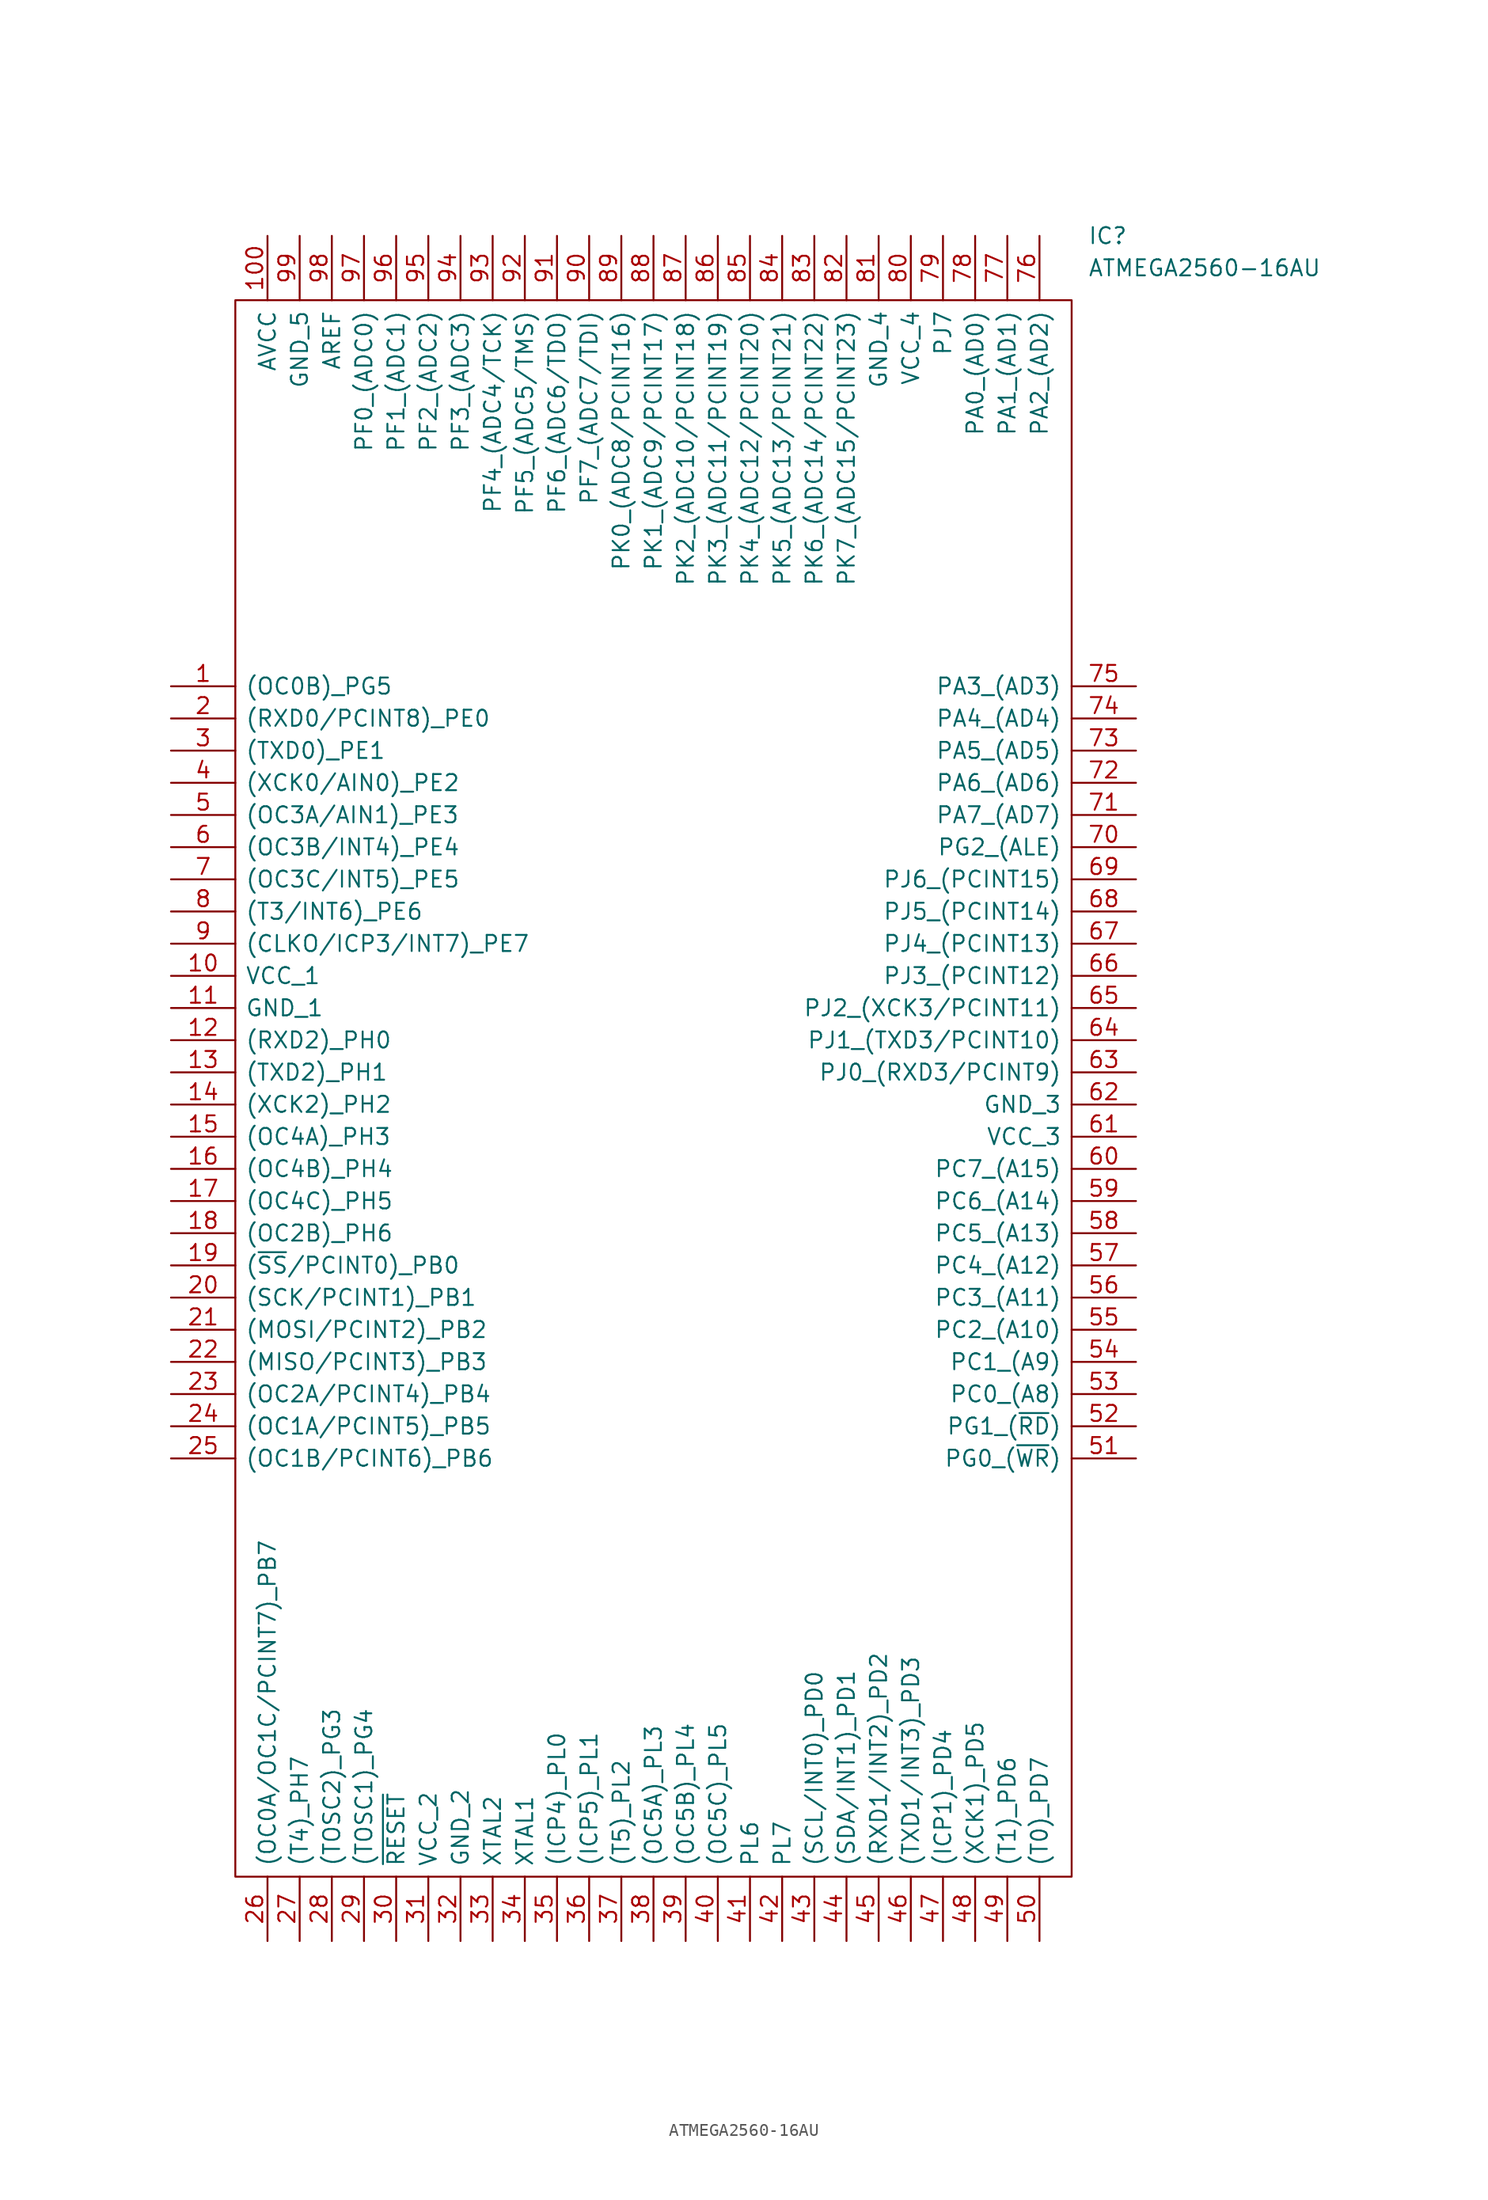
<source format=kicad_sym>
(kicad_symbol_lib
  (version 20211014)
  (generator kicad_symbol_editor)
  (symbol "ATMEGA2560-16AU"
    (pin_names
      (offset 0.762))
    (property "Reference" "IC"
      (at 72.39 35.56 0)
      (effects (font (size 1.27 1.27)) (justify left)))
    (property "Value" "ATMEGA2560-16AU"
      (at 72.39 33.02 0)
      (effects (font (size 1.27 1.27)) (justify left)))
    (symbol "ATMEGA2560-16AU_0_0"
      (pin passive line (at 0 0 0) (length 5.08) (name "(OC0B)_PG5" (effects (font (size 1.27 1.27)))) (number "1" (effects (font (size 1.27 1.27)))))
      (pin passive line (at 0 -22.86 0) (length 5.08) (name "VCC_1" (effects (font (size 1.27 1.27)))) (number "10" (effects (font (size 1.27 1.27)))))
      (pin passive line (at 7.62 35.56 270) (length 5.08) (name "AVCC" (effects (font (size 1.27 1.27)))) (number "100" (effects (font (size 1.27 1.27)))))
      (pin passive line (at 0 -25.4 0) (length 5.08) (name "GND_1" (effects (font (size 1.27 1.27)))) (number "11" (effects (font (size 1.27 1.27)))))
      (pin passive line (at 0 -27.94 0) (length 5.08) (name "(RXD2)_PH0" (effects (font (size 1.27 1.27)))) (number "12" (effects (font (size 1.27 1.27)))))
      (pin passive line (at 0 -30.48 0) (length 5.08) (name "(TXD2)_PH1" (effects (font (size 1.27 1.27)))) (number "13" (effects (font (size 1.27 1.27)))))
      (pin passive line (at 0 -33.02 0) (length 5.08) (name "(XCK2)_PH2" (effects (font (size 1.27 1.27)))) (number "14" (effects (font (size 1.27 1.27)))))
      (pin passive line (at 0 -35.56 0) (length 5.08) (name "(OC4A)_PH3" (effects (font (size 1.27 1.27)))) (number "15" (effects (font (size 1.27 1.27)))))
      (pin passive line (at 0 -38.1 0) (length 5.08) (name "(OC4B)_PH4" (effects (font (size 1.27 1.27)))) (number "16" (effects (font (size 1.27 1.27)))))
      (pin passive line (at 0 -40.64 0) (length 5.08) (name "(OC4C)_PH5" (effects (font (size 1.27 1.27)))) (number "17" (effects (font (size 1.27 1.27)))))
      (pin passive line (at 0 -43.18 0) (length 5.08) (name "(OC2B)_PH6" (effects (font (size 1.27 1.27)))) (number "18" (effects (font (size 1.27 1.27)))))
      (pin passive line (at 0 -45.72 0) (length 5.08) (name "(~{SS}/PCINT0)_PB0" (effects (font (size 1.27 1.27)))) (number "19" (effects (font (size 1.27 1.27)))))
      (pin passive line (at 0 -2.54 0) (length 5.08) (name "(RXD0/PCINT8)_PE0" (effects (font (size 1.27 1.27)))) (number "2" (effects (font (size 1.27 1.27)))))
      (pin passive line (at 0 -48.26 0) (length 5.08) (name "(SCK/PCINT1)_PB1" (effects (font (size 1.27 1.27)))) (number "20" (effects (font (size 1.27 1.27)))))
      (pin passive line (at 0 -50.8 0) (length 5.08) (name "(MOSI/PCINT2)_PB2" (effects (font (size 1.27 1.27)))) (number "21" (effects (font (size 1.27 1.27)))))
      (pin passive line (at 0 -53.34 0) (length 5.08) (name "(MISO/PCINT3)_PB3" (effects (font (size 1.27 1.27)))) (number "22" (effects (font (size 1.27 1.27)))))
      (pin passive line (at 0 -55.88 0) (length 5.08) (name "(OC2A/PCINT4)_PB4" (effects (font (size 1.27 1.27)))) (number "23" (effects (font (size 1.27 1.27)))))
      (pin passive line (at 0 -58.42 0) (length 5.08) (name "(OC1A/PCINT5)_PB5" (effects (font (size 1.27 1.27)))) (number "24" (effects (font (size 1.27 1.27)))))
      (pin passive line (at 0 -60.96 0) (length 5.08) (name "(OC1B/PCINT6)_PB6" (effects (font (size 1.27 1.27)))) (number "25" (effects (font (size 1.27 1.27)))))
      (pin passive line (at 7.62 -99.06 90) (length 5.08) (name "(OC0A/OC1C/PCINT7)_PB7" (effects (font (size 1.27 1.27)))) (number "26" (effects (font (size 1.27 1.27)))))
      (pin passive line (at 10.16 -99.06 90) (length 5.08) (name "(T4)_PH7" (effects (font (size 1.27 1.27)))) (number "27" (effects (font (size 1.27 1.27)))))
      (pin passive line (at 12.7 -99.06 90) (length 5.08) (name "(TOSC2)_PG3" (effects (font (size 1.27 1.27)))) (number "28" (effects (font (size 1.27 1.27)))))
      (pin passive line (at 15.24 -99.06 90) (length 5.08) (name "(TOSC1)_PG4" (effects (font (size 1.27 1.27)))) (number "29" (effects (font (size 1.27 1.27)))))
      (pin passive line (at 0 -5.08 0) (length 5.08) (name "(TXD0)_PE1" (effects (font (size 1.27 1.27)))) (number "3" (effects (font (size 1.27 1.27)))))
      (pin passive line (at 17.78 -99.06 90) (length 5.08) (name "~{RESET}" (effects (font (size 1.27 1.27)))) (number "30" (effects (font (size 1.27 1.27)))))
      (pin passive line (at 20.32 -99.06 90) (length 5.08) (name "VCC_2" (effects (font (size 1.27 1.27)))) (number "31" (effects (font (size 1.27 1.27)))))
      (pin passive line (at 22.86 -99.06 90) (length 5.08) (name "GND_2" (effects (font (size 1.27 1.27)))) (number "32" (effects (font (size 1.27 1.27)))))
      (pin passive line (at 25.4 -99.06 90) (length 5.08) (name "XTAL2" (effects (font (size 1.27 1.27)))) (number "33" (effects (font (size 1.27 1.27)))))
      (pin passive line (at 27.94 -99.06 90) (length 5.08) (name "XTAL1" (effects (font (size 1.27 1.27)))) (number "34" (effects (font (size 1.27 1.27)))))
      (pin passive line (at 30.48 -99.06 90) (length 5.08) (name "(ICP4)_PL0" (effects (font (size 1.27 1.27)))) (number "35" (effects (font (size 1.27 1.27)))))
      (pin passive line (at 33.02 -99.06 90) (length 5.08) (name "(ICP5)_PL1" (effects (font (size 1.27 1.27)))) (number "36" (effects (font (size 1.27 1.27)))))
      (pin passive line (at 35.56 -99.06 90) (length 5.08) (name "(T5)_PL2" (effects (font (size 1.27 1.27)))) (number "37" (effects (font (size 1.27 1.27)))))
      (pin passive line (at 38.1 -99.06 90) (length 5.08) (name "(OC5A)_PL3" (effects (font (size 1.27 1.27)))) (number "38" (effects (font (size 1.27 1.27)))))
      (pin passive line (at 40.64 -99.06 90) (length 5.08) (name "(OC5B)_PL4" (effects (font (size 1.27 1.27)))) (number "39" (effects (font (size 1.27 1.27)))))
      (pin passive line (at 0 -7.62 0) (length 5.08) (name "(XCK0/AIN0)_PE2" (effects (font (size 1.27 1.27)))) (number "4" (effects (font (size 1.27 1.27)))))
      (pin passive line (at 43.18 -99.06 90) (length 5.08) (name "(OC5C)_PL5" (effects (font (size 1.27 1.27)))) (number "40" (effects (font (size 1.27 1.27)))))
      (pin passive line (at 45.72 -99.06 90) (length 5.08) (name "PL6" (effects (font (size 1.27 1.27)))) (number "41" (effects (font (size 1.27 1.27)))))
      (pin passive line (at 48.26 -99.06 90) (length 5.08) (name "PL7" (effects (font (size 1.27 1.27)))) (number "42" (effects (font (size 1.27 1.27)))))
      (pin passive line (at 50.8 -99.06 90) (length 5.08) (name "(SCL/INT0)_PD0" (effects (font (size 1.27 1.27)))) (number "43" (effects (font (size 1.27 1.27)))))
      (pin passive line (at 53.34 -99.06 90) (length 5.08) (name "(SDA/INT1)_PD1" (effects (font (size 1.27 1.27)))) (number "44" (effects (font (size 1.27 1.27)))))
      (pin passive line (at 55.88 -99.06 90) (length 5.08) (name "(RXD1/INT2)_PD2" (effects (font (size 1.27 1.27)))) (number "45" (effects (font (size 1.27 1.27)))))
      (pin passive line (at 58.42 -99.06 90) (length 5.08) (name "(TXD1/INT3)_PD3" (effects (font (size 1.27 1.27)))) (number "46" (effects (font (size 1.27 1.27)))))
      (pin passive line (at 60.96 -99.06 90) (length 5.08) (name "(ICP1)_PD4" (effects (font (size 1.27 1.27)))) (number "47" (effects (font (size 1.27 1.27)))))
      (pin passive line (at 63.5 -99.06 90) (length 5.08) (name "(XCK1)_PD5" (effects (font (size 1.27 1.27)))) (number "48" (effects (font (size 1.27 1.27)))))
      (pin passive line (at 66.04 -99.06 90) (length 5.08) (name "(T1)_PD6" (effects (font (size 1.27 1.27)))) (number "49" (effects (font (size 1.27 1.27)))))
      (pin passive line (at 0 -10.16 0) (length 5.08) (name "(OC3A/AIN1)_PE3" (effects (font (size 1.27 1.27)))) (number "5" (effects (font (size 1.27 1.27)))))
      (pin passive line (at 68.58 -99.06 90) (length 5.08) (name "(T0)_PD7" (effects (font (size 1.27 1.27)))) (number "50" (effects (font (size 1.27 1.27)))))
      (pin passive line (at 76.2 -60.96 180) (length 5.08) (name "PG0_(~{WR})" (effects (font (size 1.27 1.27)))) (number "51" (effects (font (size 1.27 1.27)))))
      (pin passive line (at 76.2 -58.42 180) (length 5.08) (name "PG1_(~{RD})" (effects (font (size 1.27 1.27)))) (number "52" (effects (font (size 1.27 1.27)))))
      (pin passive line (at 76.2 -55.88 180) (length 5.08) (name "PC0_(A8)" (effects (font (size 1.27 1.27)))) (number "53" (effects (font (size 1.27 1.27)))))
      (pin passive line (at 76.2 -53.34 180) (length 5.08) (name "PC1_(A9)" (effects (font (size 1.27 1.27)))) (number "54" (effects (font (size 1.27 1.27)))))
      (pin passive line (at 76.2 -50.8 180) (length 5.08) (name "PC2_(A10)" (effects (font (size 1.27 1.27)))) (number "55" (effects (font (size 1.27 1.27)))))
      (pin passive line (at 76.2 -48.26 180) (length 5.08) (name "PC3_(A11)" (effects (font (size 1.27 1.27)))) (number "56" (effects (font (size 1.27 1.27)))))
      (pin passive line (at 76.2 -45.72 180) (length 5.08) (name "PC4_(A12)" (effects (font (size 1.27 1.27)))) (number "57" (effects (font (size 1.27 1.27)))))
      (pin passive line (at 76.2 -43.18 180) (length 5.08) (name "PC5_(A13)" (effects (font (size 1.27 1.27)))) (number "58" (effects (font (size 1.27 1.27)))))
      (pin passive line (at 76.2 -40.64 180) (length 5.08) (name "PC6_(A14)" (effects (font (size 1.27 1.27)))) (number "59" (effects (font (size 1.27 1.27)))))
      (pin passive line (at 0 -12.7 0) (length 5.08) (name "(OC3B/INT4)_PE4" (effects (font (size 1.27 1.27)))) (number "6" (effects (font (size 1.27 1.27)))))
      (pin passive line (at 76.2 -38.1 180) (length 5.08) (name "PC7_(A15)" (effects (font (size 1.27 1.27)))) (number "60" (effects (font (size 1.27 1.27)))))
      (pin passive line (at 76.2 -35.56 180) (length 5.08) (name "VCC_3" (effects (font (size 1.27 1.27)))) (number "61" (effects (font (size 1.27 1.27)))))
      (pin passive line (at 76.2 -33.02 180) (length 5.08) (name "GND_3" (effects (font (size 1.27 1.27)))) (number "62" (effects (font (size 1.27 1.27)))))
      (pin passive line (at 76.2 -30.48 180) (length 5.08) (name "PJ0_(RXD3/PCINT9)" (effects (font (size 1.27 1.27)))) (number "63" (effects (font (size 1.27 1.27)))))
      (pin passive line (at 76.2 -27.94 180) (length 5.08) (name "PJ1_(TXD3/PCINT10)" (effects (font (size 1.27 1.27)))) (number "64" (effects (font (size 1.27 1.27)))))
      (pin passive line (at 76.2 -25.4 180) (length 5.08) (name "PJ2_(XCK3/PCINT11)" (effects (font (size 1.27 1.27)))) (number "65" (effects (font (size 1.27 1.27)))))
      (pin passive line (at 76.2 -22.86 180) (length 5.08) (name "PJ3_(PCINT12)" (effects (font (size 1.27 1.27)))) (number "66" (effects (font (size 1.27 1.27)))))
      (pin passive line (at 76.2 -20.32 180) (length 5.08) (name "PJ4_(PCINT13)" (effects (font (size 1.27 1.27)))) (number "67" (effects (font (size 1.27 1.27)))))
      (pin passive line (at 76.2 -17.78 180) (length 5.08) (name "PJ5_(PCINT14)" (effects (font (size 1.27 1.27)))) (number "68" (effects (font (size 1.27 1.27)))))
      (pin passive line (at 76.2 -15.24 180) (length 5.08) (name "PJ6_(PCINT15)" (effects (font (size 1.27 1.27)))) (number "69" (effects (font (size 1.27 1.27)))))
      (pin passive line (at 0 -15.24 0) (length 5.08) (name "(OC3C/INT5)_PE5" (effects (font (size 1.27 1.27)))) (number "7" (effects (font (size 1.27 1.27)))))
      (pin passive line (at 76.2 -12.7 180) (length 5.08) (name "PG2_(ALE)" (effects (font (size 1.27 1.27)))) (number "70" (effects (font (size 1.27 1.27)))))
      (pin passive line (at 76.2 -10.16 180) (length 5.08) (name "PA7_(AD7)" (effects (font (size 1.27 1.27)))) (number "71" (effects (font (size 1.27 1.27)))))
      (pin passive line (at 76.2 -7.62 180) (length 5.08) (name "PA6_(AD6)" (effects (font (size 1.27 1.27)))) (number "72" (effects (font (size 1.27 1.27)))))
      (pin passive line (at 76.2 -5.08 180) (length 5.08) (name "PA5_(AD5)" (effects (font (size 1.27 1.27)))) (number "73" (effects (font (size 1.27 1.27)))))
      (pin passive line (at 76.2 -2.54 180) (length 5.08) (name "PA4_(AD4)" (effects (font (size 1.27 1.27)))) (number "74" (effects (font (size 1.27 1.27)))))
      (pin passive line (at 76.2 0 180) (length 5.08) (name "PA3_(AD3)" (effects (font (size 1.27 1.27)))) (number "75" (effects (font (size 1.27 1.27)))))
      (pin passive line (at 68.58 35.56 270) (length 5.08) (name "PA2_(AD2)" (effects (font (size 1.27 1.27)))) (number "76" (effects (font (size 1.27 1.27)))))
      (pin passive line (at 66.04 35.56 270) (length 5.08) (name "PA1_(AD1)" (effects (font (size 1.27 1.27)))) (number "77" (effects (font (size 1.27 1.27)))))
      (pin passive line (at 63.5 35.56 270) (length 5.08) (name "PA0_(AD0)" (effects (font (size 1.27 1.27)))) (number "78" (effects (font (size 1.27 1.27)))))
      (pin passive line (at 60.96 35.56 270) (length 5.08) (name "PJ7" (effects (font (size 1.27 1.27)))) (number "79" (effects (font (size 1.27 1.27)))))
      (pin passive line (at 0 -17.78 0) (length 5.08) (name "(T3/INT6)_PE6" (effects (font (size 1.27 1.27)))) (number "8" (effects (font (size 1.27 1.27)))))
      (pin passive line (at 58.42 35.56 270) (length 5.08) (name "VCC_4" (effects (font (size 1.27 1.27)))) (number "80" (effects (font (size 1.27 1.27)))))
      (pin passive line (at 55.88 35.56 270) (length 5.08) (name "GND_4" (effects (font (size 1.27 1.27)))) (number "81" (effects (font (size 1.27 1.27)))))
      (pin passive line (at 53.34 35.56 270) (length 5.08) (name "PK7_(ADC15/PCINT23)" (effects (font (size 1.27 1.27)))) (number "82" (effects (font (size 1.27 1.27)))))
      (pin passive line (at 50.8 35.56 270) (length 5.08) (name "PK6_(ADC14/PCINT22)" (effects (font (size 1.27 1.27)))) (number "83" (effects (font (size 1.27 1.27)))))
      (pin passive line (at 48.26 35.56 270) (length 5.08) (name "PK5_(ADC13/PCINT21)" (effects (font (size 1.27 1.27)))) (number "84" (effects (font (size 1.27 1.27)))))
      (pin passive line (at 45.72 35.56 270) (length 5.08) (name "PK4_(ADC12/PCINT20)" (effects (font (size 1.27 1.27)))) (number "85" (effects (font (size 1.27 1.27)))))
      (pin passive line (at 43.18 35.56 270) (length 5.08) (name "PK3_(ADC11/PCINT19)" (effects (font (size 1.27 1.27)))) (number "86" (effects (font (size 1.27 1.27)))))
      (pin passive line (at 40.64 35.56 270) (length 5.08) (name "PK2_(ADC10/PCINT18)" (effects (font (size 1.27 1.27)))) (number "87" (effects (font (size 1.27 1.27)))))
      (pin passive line (at 38.1 35.56 270) (length 5.08) (name "PK1_(ADC9/PCINT17)" (effects (font (size 1.27 1.27)))) (number "88" (effects (font (size 1.27 1.27)))))
      (pin passive line (at 35.56 35.56 270) (length 5.08) (name "PK0_(ADC8/PCINT16)" (effects (font (size 1.27 1.27)))) (number "89" (effects (font (size 1.27 1.27)))))
      (pin passive line (at 0 -20.32 0) (length 5.08) (name "(CLKO/ICP3/INT7)_PE7" (effects (font (size 1.27 1.27)))) (number "9" (effects (font (size 1.27 1.27)))))
      (pin passive line (at 33.02 35.56 270) (length 5.08) (name "PF7_(ADC7/TDI)" (effects (font (size 1.27 1.27)))) (number "90" (effects (font (size 1.27 1.27)))))
      (pin passive line (at 30.48 35.56 270) (length 5.08) (name "PF6_(ADC6/TDO)" (effects (font (size 1.27 1.27)))) (number "91" (effects (font (size 1.27 1.27)))))
      (pin passive line (at 27.94 35.56 270) (length 5.08) (name "PF5_(ADC5/TMS)" (effects (font (size 1.27 1.27)))) (number "92" (effects (font (size 1.27 1.27)))))
      (pin passive line (at 25.4 35.56 270) (length 5.08) (name "PF4_(ADC4/TCK)" (effects (font (size 1.27 1.27)))) (number "93" (effects (font (size 1.27 1.27)))))
      (pin passive line (at 22.86 35.56 270) (length 5.08) (name "PF3_(ADC3)" (effects (font (size 1.27 1.27)))) (number "94" (effects (font (size 1.27 1.27)))))
      (pin passive line (at 20.32 35.56 270) (length 5.08) (name "PF2_(ADC2)" (effects (font (size 1.27 1.27)))) (number "95" (effects (font (size 1.27 1.27)))))
      (pin passive line (at 17.78 35.56 270) (length 5.08) (name "PF1_(ADC1)" (effects (font (size 1.27 1.27)))) (number "96" (effects (font (size 1.27 1.27)))))
      (pin passive line (at 15.24 35.56 270) (length 5.08) (name "PF0_(ADC0)" (effects (font (size 1.27 1.27)))) (number "97" (effects (font (size 1.27 1.27)))))
      (pin passive line (at 12.7 35.56 270) (length 5.08) (name "AREF" (effects (font (size 1.27 1.27)))) (number "98" (effects (font (size 1.27 1.27)))))
      (pin passive line (at 10.16 35.56 270) (length 5.08) (name "GND_5" (effects (font (size 1.27 1.27)))) (number "99" (effects (font (size 1.27 1.27))))))
    (symbol "ATMEGA2560-16AU_0_1"
      (polyline (pts (xy 5.08 30.48) (xy 71.12 30.48) (xy 71.12 -93.98) (xy 5.08 -93.98) (xy 5.08 30.48)) (stroke (width 0.152) (type default) (color 0 0 0 0)) (fill (type none))))))
</source>
